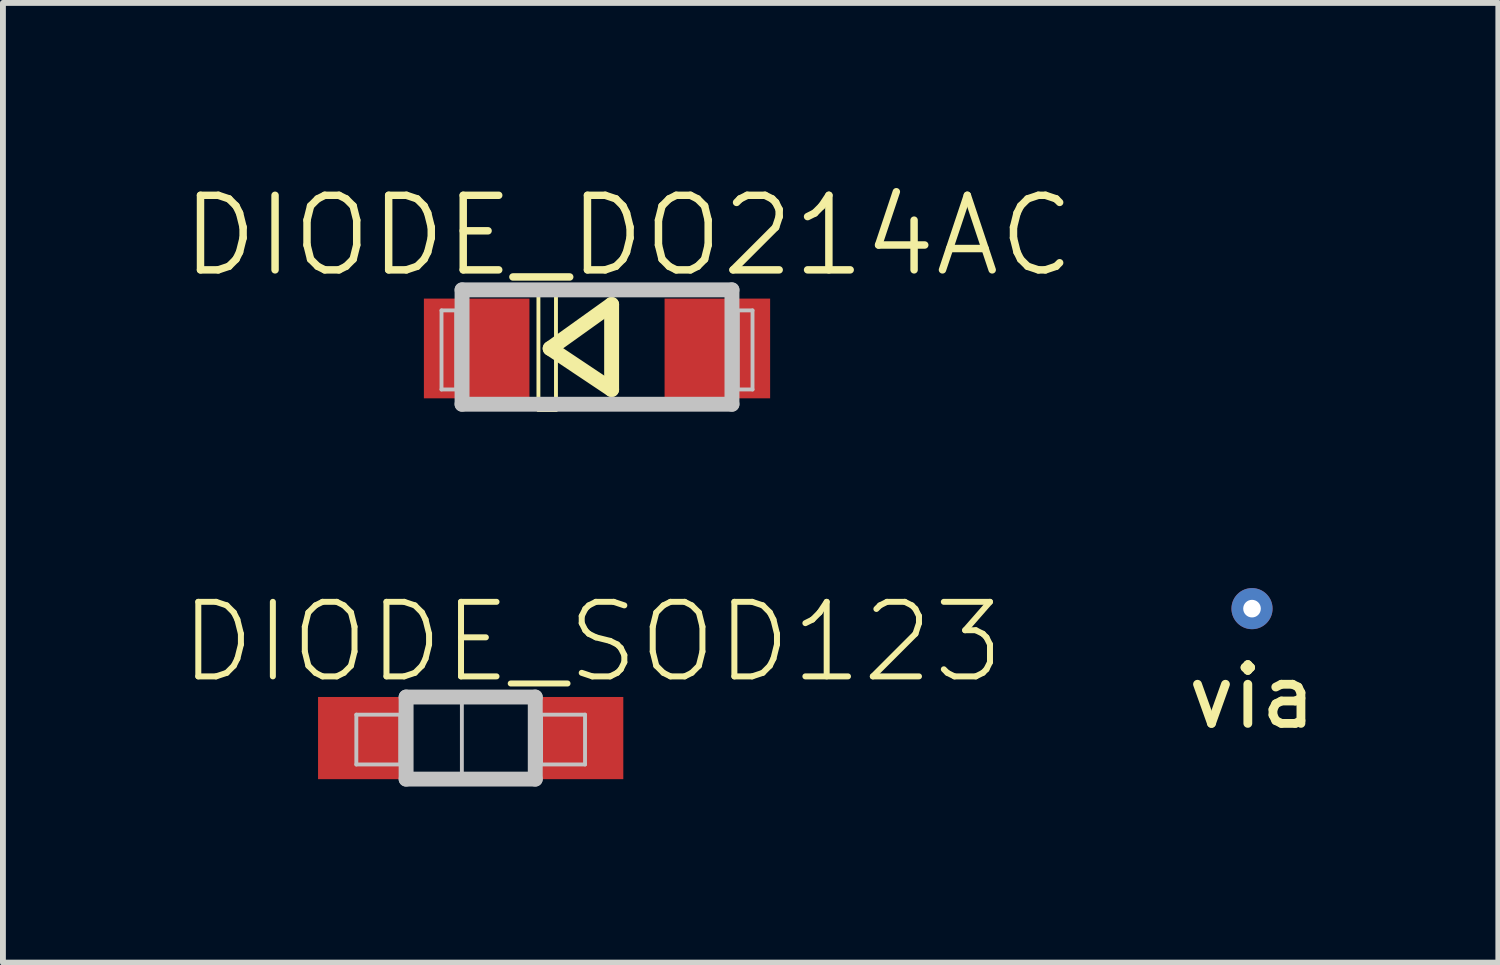
<source format=kicad_pcb>
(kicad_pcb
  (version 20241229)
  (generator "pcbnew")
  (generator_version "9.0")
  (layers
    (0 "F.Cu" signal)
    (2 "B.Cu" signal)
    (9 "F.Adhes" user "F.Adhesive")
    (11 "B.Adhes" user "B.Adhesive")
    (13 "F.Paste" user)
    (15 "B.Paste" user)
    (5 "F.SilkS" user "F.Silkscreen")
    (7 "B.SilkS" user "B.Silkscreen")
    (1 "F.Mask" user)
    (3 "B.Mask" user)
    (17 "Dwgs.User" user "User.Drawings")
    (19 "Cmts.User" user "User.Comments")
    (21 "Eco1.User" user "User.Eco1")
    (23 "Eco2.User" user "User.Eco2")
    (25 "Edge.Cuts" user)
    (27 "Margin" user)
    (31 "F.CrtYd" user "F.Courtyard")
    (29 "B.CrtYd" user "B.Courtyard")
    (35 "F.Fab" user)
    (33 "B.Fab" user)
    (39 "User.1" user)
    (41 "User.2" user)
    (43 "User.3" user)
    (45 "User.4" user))
  (footprint "via"
    (layer "F.Cu")
    (at 18.278 7.318)
    (property "Reference" "via" (at 0 1.5 0) (layer "F.SilkS") (effects (font (size 1 1) (thickness 0.15))))
    (attr exclude_from_pos_files exclude_from_bom)
    (pad "1" thru_hole circle (at 0 0) (size 0.7 0.7) (drill 0.3) (layers "*.Cu")))
  (footprint "DIODE_SOD123"
    (layer "F.Cu")
    (at 4.968 9.523)
    (property "Reference" "DIODE_SOD123" (at 2.073 -1.633 0) (layer "F.SilkS") (effects (font (size 1.27 1.27) (thickness 0.102))))
    (attr smd)
    (fp_line (start -1.948 -0.399) (end -1.199 -0.399) (stroke (width 0.066) (type solid)) (layer "Dwgs.User"))
    (fp_line (start -1.948 0.45) (end -1.948 -0.399) (stroke (width 0.066) (type solid)) (layer "Dwgs.User"))
    (fp_line (start -1.948 0.45) (end -1.199 0.45) (stroke (width 0.066) (type solid)) (layer "Dwgs.User"))
    (fp_line (start -1.199 0.45) (end -1.199 -0.399) (stroke (width 0.066) (type solid)) (layer "Dwgs.User"))
    (fp_line (start -1.1 -0.699) (end 1.1 -0.699) (stroke (width 0.254) (type solid)) (layer "Dwgs.User"))
    (fp_line (start -1.1 0.699) (end -1.1 -0.699) (stroke (width 0.254) (type solid)) (layer "Dwgs.User"))
    (fp_line (start -1.049 -0.699) (end -0.15 -0.699) (stroke (width 0.066) (type solid)) (layer "Dwgs.User"))
    (fp_line (start -1.049 0.648) (end -1.049 -0.699) (stroke (width 0.066) (type solid)) (layer "Dwgs.User"))
    (fp_line (start -1.049 0.648) (end -0.15 0.648) (stroke (width 0.066) (type solid)) (layer "Dwgs.User"))
    (fp_line (start -0.15 0.648) (end -0.15 -0.699) (stroke (width 0.066) (type solid)) (layer "Dwgs.User"))
    (fp_line (start 1.1 -0.699) (end 1.1 0.699) (stroke (width 0.254) (type solid)) (layer "Dwgs.User"))
    (fp_line (start 1.1 0.699) (end -1.1 0.699) (stroke (width 0.254) (type solid)) (layer "Dwgs.User"))
    (fp_line (start 1.199 -0.399) (end 1.948 -0.399) (stroke (width 0.066) (type solid)) (layer "Dwgs.User"))
    (fp_line (start 1.199 0.45) (end 1.199 -0.399) (stroke (width 0.066) (type solid)) (layer "Dwgs.User"))
    (fp_line (start 1.199 0.45) (end 1.948 0.45) (stroke (width 0.066) (type solid)) (layer "Dwgs.User"))
    (fp_line (start 1.948 0.45) (end 1.948 -0.399) (stroke (width 0.066) (type solid)) (layer "Dwgs.User"))
    (pad "A" smd rect (at 1.9 0) (size 1.4 1.4) (layers "F.Cu" "F.Mask" "F.Paste"))
    (pad "C" smd rect (at -1.9 0) (size 1.4 1.4) (layers "F.Cu" "F.Mask" "F.Paste")))
  (footprint "DIODE_DO214AC"
    (layer "F.Cu")
    (at 7.12 2.886)
    (property "Reference" "DIODE_DO214AC" (at 0.533 -1.92 0) (layer "F.SilkS") (effects (font (size 1.27 1.27) (thickness 0.127))))
    (attr smd)
    (fp_line (start -0.998 -1.049) (end -0.699 -1.049) (stroke (width 0.066) (type solid)) (layer "F.SilkS"))
    (fp_line (start -0.998 1.049) (end -0.998 -1.049) (stroke (width 0.066) (type solid)) (layer "F.SilkS"))
    (fp_line (start -0.998 1.049) (end -0.699 1.049) (stroke (width 0.066) (type solid)) (layer "F.SilkS"))
    (fp_line (start -0.798 0) (end 0.249 -0.749) (stroke (width 0.254) (type solid)) (layer "F.SilkS"))
    (fp_line (start -0.699 1.049) (end -0.699 -1.049) (stroke (width 0.066) (type solid)) (layer "F.SilkS"))
    (fp_line (start 0.249 -0.749) (end 0.249 0.699) (stroke (width 0.254) (type solid)) (layer "F.SilkS"))
    (fp_line (start 0.249 0.699) (end -0.798 0) (stroke (width 0.254) (type solid)) (layer "F.SilkS"))
    (fp_line (start -2.649 -0.648) (end -2.398 -0.648) (stroke (width 0.066) (type solid)) (layer "Dwgs.User"))
    (fp_line (start -2.649 0.699) (end -2.649 -0.648) (stroke (width 0.066) (type solid)) (layer "Dwgs.User"))
    (fp_line (start -2.649 0.699) (end -2.398 0.699) (stroke (width 0.066) (type solid)) (layer "Dwgs.User"))
    (fp_line (start -2.398 0.699) (end -2.398 -0.648) (stroke (width 0.066) (type solid)) (layer "Dwgs.User"))
    (fp_line (start -2.299 -0.998) (end 2.299 -0.998) (stroke (width 0.254) (type solid)) (layer "Dwgs.User"))
    (fp_line (start -2.299 0.95) (end -2.299 -0.998) (stroke (width 0.254) (type solid)) (layer "Dwgs.User"))
    (fp_line (start 2.299 -0.998) (end 2.299 0.95) (stroke (width 0.254) (type solid)) (layer "Dwgs.User"))
    (fp_line (start 2.299 0.95) (end -2.299 0.95) (stroke (width 0.254) (type solid)) (layer "Dwgs.User"))
    (fp_line (start 2.398 -0.648) (end 2.649 -0.648) (stroke (width 0.066) (type solid)) (layer "Dwgs.User"))
    (fp_line (start 2.398 0.699) (end 2.398 -0.648) (stroke (width 0.066) (type solid)) (layer "Dwgs.User"))
    (fp_line (start 2.398 0.699) (end 2.649 0.699) (stroke (width 0.066) (type solid)) (layer "Dwgs.User"))
    (fp_line (start 2.649 0.699) (end 2.649 -0.648) (stroke (width 0.066) (type solid)) (layer "Dwgs.User"))
    (pad "A" smd rect (at 2.05 0) (size 1.798 1.699) (layers "F.Cu" "F.Mask" "F.Paste"))
    (pad "C" smd rect (at -2.05 0) (size 1.798 1.699) (layers "F.Cu" "F.Mask" "F.Paste")))
  (gr_rect
    (start -3 -3)
    (end 22.474 13.348)
    (stroke (width 0.1) (type default))
    (fill no)
    (layer "Edge.Cuts")))
</source>
